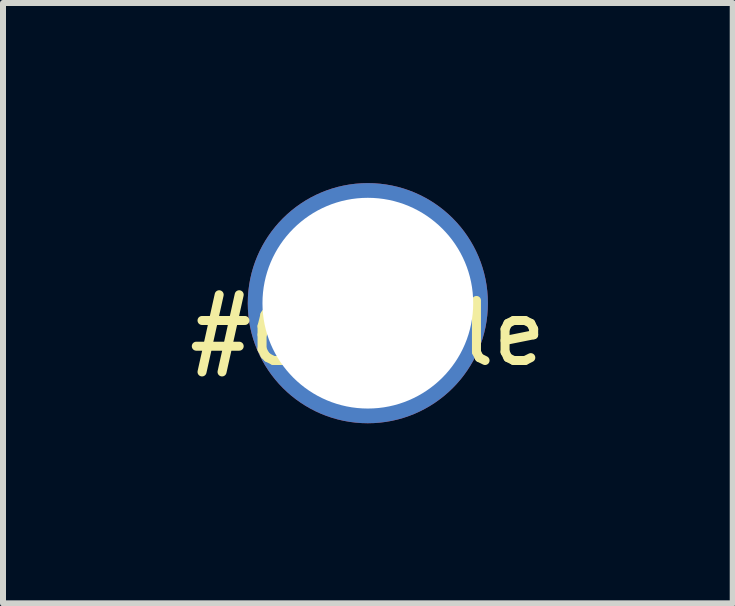
<source format=kicad_pcb>
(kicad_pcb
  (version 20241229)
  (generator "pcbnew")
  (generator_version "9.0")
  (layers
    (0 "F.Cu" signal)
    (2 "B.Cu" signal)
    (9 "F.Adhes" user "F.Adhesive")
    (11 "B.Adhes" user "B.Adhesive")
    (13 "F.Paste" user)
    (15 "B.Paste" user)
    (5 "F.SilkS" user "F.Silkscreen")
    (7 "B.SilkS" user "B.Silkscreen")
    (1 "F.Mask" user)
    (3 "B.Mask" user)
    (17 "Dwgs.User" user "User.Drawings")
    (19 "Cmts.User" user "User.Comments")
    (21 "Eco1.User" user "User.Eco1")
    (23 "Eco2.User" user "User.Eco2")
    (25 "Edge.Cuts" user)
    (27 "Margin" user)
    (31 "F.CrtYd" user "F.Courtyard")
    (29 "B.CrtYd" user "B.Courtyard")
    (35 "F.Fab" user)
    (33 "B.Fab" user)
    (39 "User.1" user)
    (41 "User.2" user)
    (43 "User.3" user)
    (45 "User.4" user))
  (footprint "#6_hole"
    (layer "F.Cu")
    (at 3.077 2)
    (property "Reference" "#6_hole" (at 0 0.5 0) (layer "F.SilkS") (effects (font (size 1 1) (thickness 0.15))))
    (attr through_hole)
    (pad "1" thru_hole circle (at 0 0) (size 4 4) (drill 3.51) (layers "*.Cu" "*.Mask")))
  (gr_rect
    (start -3 -3)
    (end 9.155 7)
    (stroke (width 0.1) (type default))
    (fill no)
    (layer "Edge.Cuts")))
</source>
